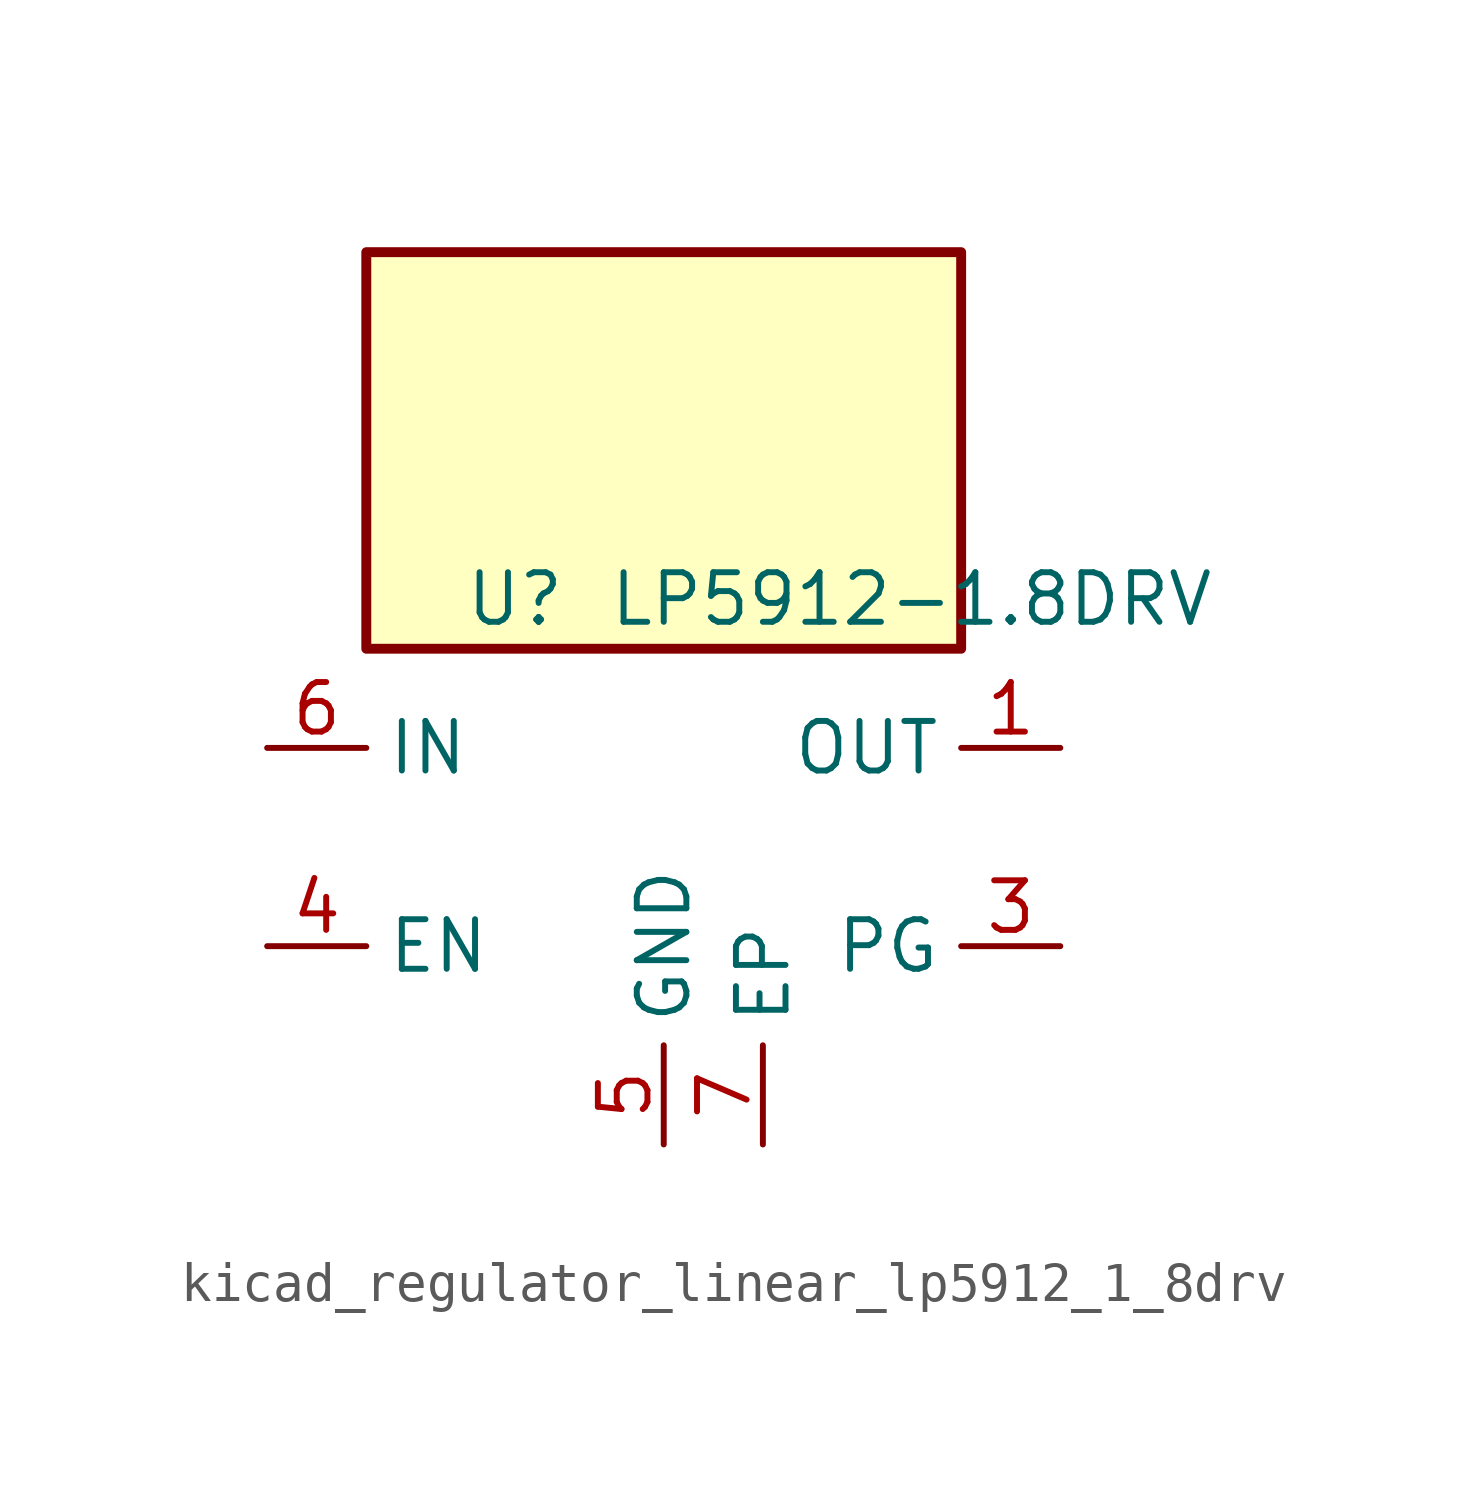
<source format=kicad_sym>
(kicad_symbol_lib
  (version 20220914)
  (generator kicad_symbol_editor)
  (symbol "kicad_regulator_linear_lp5912_1_8drv"
    (property "Reference" "U"
      (at -3.81 6.35 0)
      (effects (font (size 1.27 1.27))))
    (property "Value" "LP5912-1.8DRV"
      (at 6.35 6.35 0)
      (effects (font (size 1.27 1.27))))
    (symbol "kicad_regulator_linear_lp5912_1_8drv_0_1"
      (rectangle (start 7.62 15.24) (end -7.62 5.08) (stroke (width 0.254) (type default)) (fill (type background)))
      (pin power_out line (at 10.16 2.54 180) (length 2.54) (name "OUT" (effects (font (size 1.27 1.27)))) (number "1" (effects (font (size 1.27 1.27)))))
      (pin no_connect line (at 7.62 0 180) (length 2.54) hide (name "NC" (effects (font (size 1.27 1.27)))) (number "2" (effects (font (size 1.27 1.27)))))
      (pin input line (at -10.16 -2.54 0) (length 2.54) (name "EN" (effects (font (size 1.27 1.27)))) (number "4" (effects (font (size 1.27 1.27)))))
      (pin power_in line (at 0 -7.62 90) (length 2.54) (name "GND" (effects (font (size 1.27 1.27)))) (number "5" (effects (font (size 1.27 1.27)))))
      (pin power_in line (at -10.16 2.54 0) (length 2.54) (name "IN" (effects (font (size 1.27 1.27)))) (number "6" (effects (font (size 1.27 1.27))))))
    (symbol "kicad_regulator_linear_lp5912_1_8drv_1_1"
      (pin open_collector line (at 10.16 -2.54 180) (length 2.54) (name "PG" (effects (font (size 1.27 1.27)))) (number "3" (effects (font (size 1.27 1.27)))))
      (pin passive line (at 2.54 -7.62 90) (length 2.54) (name "EP" (effects (font (size 1.27 1.27)))) (number "7" (effects (font (size 1.27 1.27))))))))
</source>
